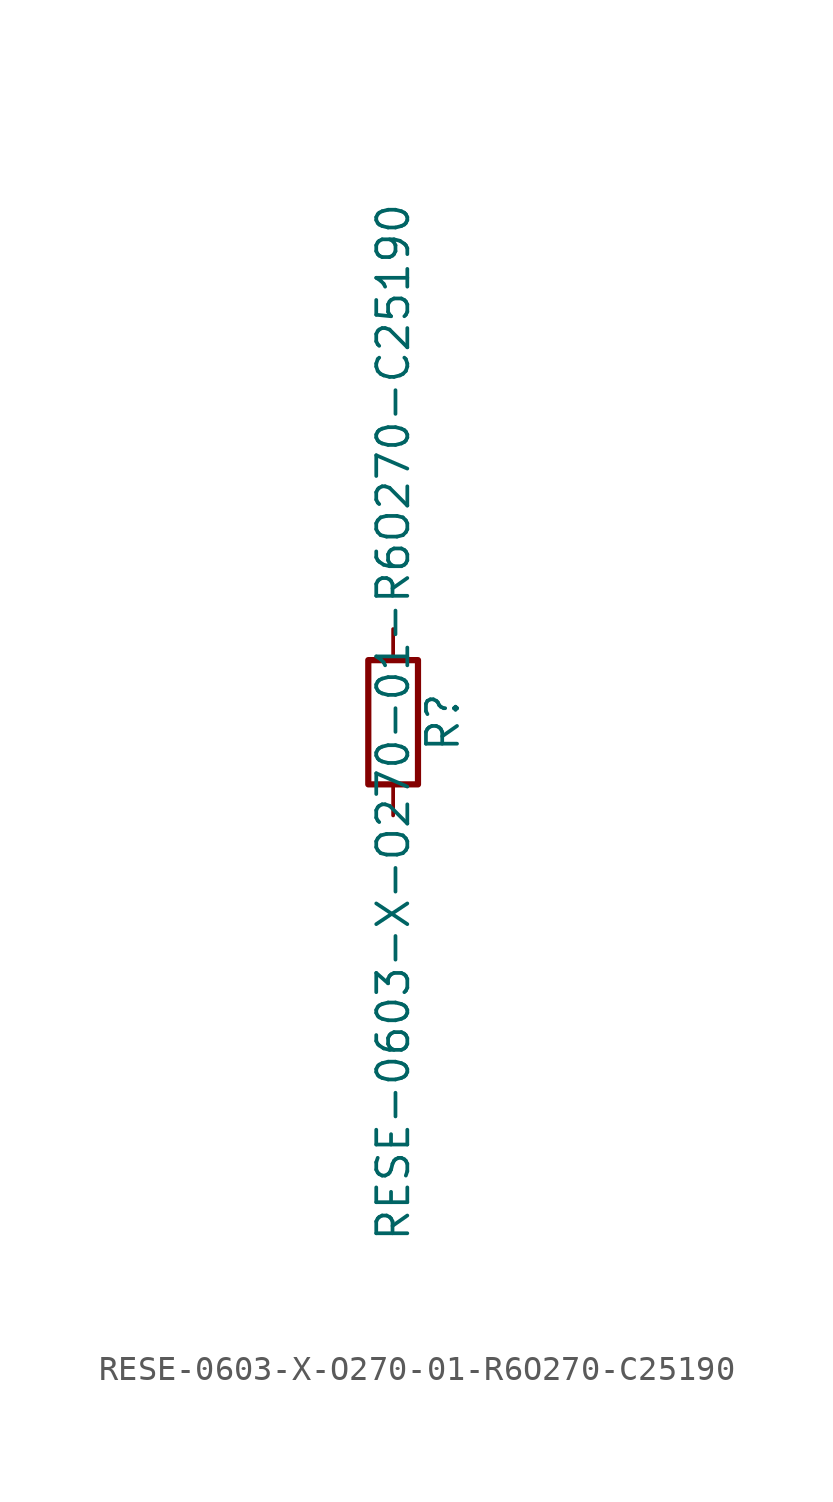
<source format=kicad_sym>
(kicad_symbol_lib
  (version 20211014)
  (generator kicad_symbol_editor)
  (symbol "RESE-0603-X-O270-01-R6O270-C25190"
    (pin_numbers hide)
    (pin_names
      (offset 0))
    (property "Reference" "R"
      (at 2.032 0 90)
      (effects (font (size 1.27 1.27))))
    (property "Value" "RESE-0603-X-O270-01-R6O270-C25190"
      (at 0 0 90)
      (effects (font (size 1.27 1.27))))
    (symbol "RESE-0603-X-O270-01-R6O270-C25190_0_1"
      (rectangle (start -1.016 -2.54) (end 1.016 2.54) (stroke (width 0.254) (type default) (color 0 0 0 0)) (fill (type none))))
    (symbol "RESE-0603-X-O270-01-R6O270-C25190_1_1"
      (pin passive line (at 0 3.81 270) (length 1.27) (name "~" (effects (font (size 1.27 1.27)))) (number "1" (effects (font (size 1.27 1.27)))))
      (pin passive line (at 0 -3.81 90) (length 1.27) (name "~" (effects (font (size 1.27 1.27)))) (number "2" (effects (font (size 1.27 1.27))))))))
</source>
